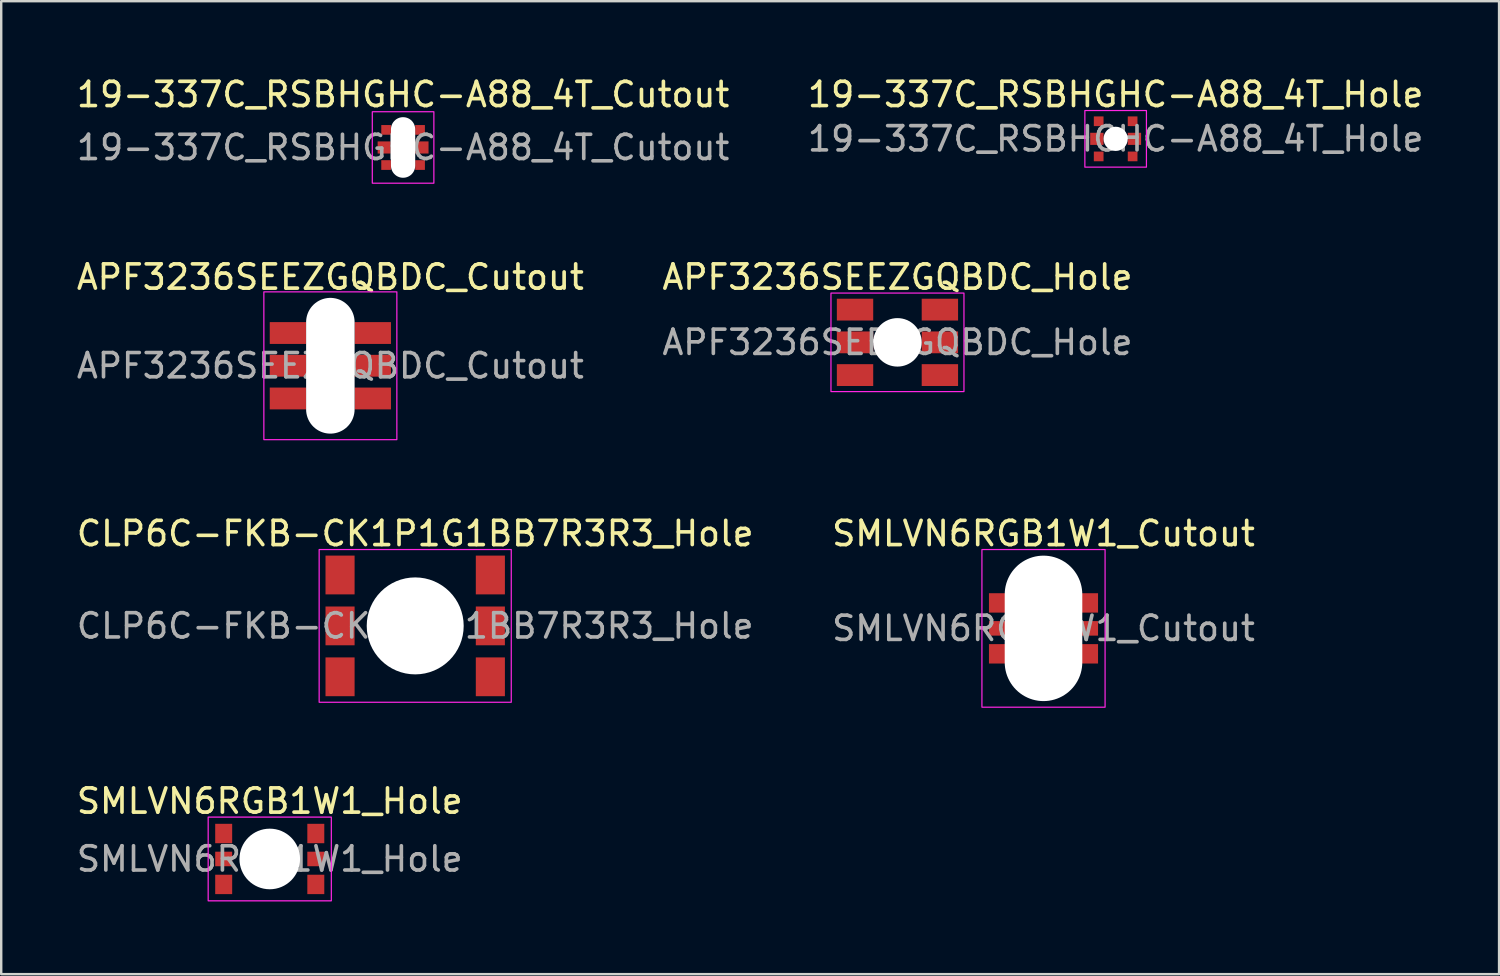
<source format=kicad_pcb>
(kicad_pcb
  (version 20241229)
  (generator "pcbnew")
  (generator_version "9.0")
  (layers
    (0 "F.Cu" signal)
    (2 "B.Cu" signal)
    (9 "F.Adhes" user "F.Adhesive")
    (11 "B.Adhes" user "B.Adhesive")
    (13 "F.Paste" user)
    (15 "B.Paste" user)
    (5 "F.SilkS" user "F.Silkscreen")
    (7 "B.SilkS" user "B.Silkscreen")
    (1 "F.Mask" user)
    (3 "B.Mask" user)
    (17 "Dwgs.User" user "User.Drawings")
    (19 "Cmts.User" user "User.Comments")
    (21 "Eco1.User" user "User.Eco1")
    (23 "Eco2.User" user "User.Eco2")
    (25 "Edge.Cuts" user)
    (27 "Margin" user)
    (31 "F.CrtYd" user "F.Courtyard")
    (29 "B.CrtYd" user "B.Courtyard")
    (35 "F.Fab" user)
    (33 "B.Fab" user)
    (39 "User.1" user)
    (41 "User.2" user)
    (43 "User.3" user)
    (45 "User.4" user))
  (footprint "SMLVN6RGB1W1‎_Hole"
    (layer "F.Cu")
    (at 8.077 32.382)
    (property "Reference" "SMLVN6RGB1W1‎_Hole" (at 0 -2.388 0) (unlocked yes) (layer "F.SilkS") (effects (font (size 1 1) (thickness 0.15))))
    (attr smd)
    (fp_rect (start -2.54 -1.727) (end 2.54 1.727) (stroke (width 0.05) (type solid)) (fill no) (layer "F.CrtYd"))
    (fp_text user "${REFERENCE}" (at 0 0 0) (unlocked yes) (layer "F.Fab") (effects (font (size 1 1) (thickness 0.15))))
    (pad "" np_thru_hole circle (at 0 0) (size 2.5 2.5) (drill 2.5) (layers "*.Cu" "*.Mask"))
    (pad "1" smd rect (at 1.9 -1.05) (size 0.7 0.8) (layers "F.Cu" "F.Mask" "F.Paste"))
    (pad "2" smd rect (at 1.9 0) (size 0.7 0.6) (layers "F.Cu" "F.Mask" "F.Paste"))
    (pad "3" smd rect (at 1.9 1.05) (size 0.7 0.8) (layers "F.Cu" "F.Mask" "F.Paste"))
    (pad "4" smd rect (at -1.9 1.05) (size 0.7 0.8) (layers "F.Cu" "F.Mask" "F.Paste"))
    (pad "5" smd rect (at -1.9 0) (size 0.7 0.6) (layers "F.Cu" "F.Mask" "F.Paste"))
    (pad "6" smd rect (at -1.9 -1.05) (size 0.7 0.8) (layers "F.Cu" "F.Mask" "F.Paste")))
  (footprint "19-337C_RSBHGHC-A88_4T_Hole"
    (layer "F.Cu")
    (at 42.97 2.677)
    (property "Reference" "19-337C_RSBHGHC-A88_4T_Hole" (at 0 -1.829 0) (unlocked yes) (layer "F.SilkS") (effects (font (size 1 1) (thickness 0.15))))
    (attr smd)
    (fp_rect (start -1.27 -1.168) (end 1.27 1.168) (stroke (width 0.05) (type solid)) (fill no) (layer "F.CrtYd"))
    (fp_text user "${REFERENCE}" (at 0 0 0) (unlocked yes) (layer "F.Fab") (effects (font (size 1 1) (thickness 0.15))))
    (pad "" np_thru_hole circle (at 0 0) (size 1 1) (drill 1) (layers "*.Cu" "*.Mask"))
    (pad "1" smd rect (at -0.7 -0.725) (size 0.4 0.4) (layers "F.Cu" "F.Mask" "F.Paste"))
    (pad "2" smd rect (at 0.7 -0.725) (size 0.4 0.4) (layers "F.Cu" "F.Mask" "F.Paste"))
    (pad "3" smd rect (at -0.775 0) (size 0.55 0.5) (layers "F.Cu" "F.Mask" "F.Paste"))
    (pad "4" smd rect (at 0.775 0) (size 0.55 0.5) (layers "F.Cu" "F.Mask" "F.Paste"))
    (pad "5" smd rect (at -0.7 0.725) (size 0.4 0.4) (layers "F.Cu" "F.Mask" "F.Paste"))
    (pad "6" smd rect (at 0.7 0.725) (size 0.4 0.4) (layers "F.Cu" "F.Mask" "F.Paste")))
  (footprint "SMLVN6RGB1W1‎_Cutout"
    (layer "F.Cu")
    (at 39.994 22.87)
    (property "Reference" "SMLVN6RGB1W1‎_Cutout" (at 0 -3.912 0) (unlocked yes) (layer "F.SilkS") (effects (font (size 1 1) (thickness 0.15))))
    (attr smd)
    (fp_rect (start -2.54 -3.251) (end 2.54 3.251) (stroke (width 0.05) (type solid)) (fill no) (layer "F.CrtYd"))
    (fp_text user "${REFERENCE}" (at 0 0 0) (unlocked yes) (layer "F.Fab") (effects (font (size 1 1) (thickness 0.15))))
    (pad "" np_thru_hole oval (at 0 0) (size 3.2 6) (drill oval 3.2 6) (layers "*.Cu" "*.Mask"))
    (pad "1" smd rect (at 1.9 -1.05) (size 0.7 0.8) (layers "F.Cu" "F.Mask" "F.Paste"))
    (pad "2" smd rect (at 1.9 0) (size 0.7 0.6) (layers "F.Cu" "F.Mask" "F.Paste"))
    (pad "3" smd rect (at 1.9 1.05) (size 0.7 0.8) (layers "F.Cu" "F.Mask" "F.Paste"))
    (pad "4" smd rect (at -1.9 1.05) (size 0.7 0.8) (layers "F.Cu" "F.Mask" "F.Paste"))
    (pad "5" smd rect (at -1.9 0) (size 0.7 0.6) (layers "F.Cu" "F.Mask" "F.Paste"))
    (pad "6" smd rect (at -1.9 -1.05) (size 0.7 0.8) (layers "F.Cu" "F.Mask" "F.Paste")))
  (footprint "CLP6C-FKB-CK1P1G1BB7R3R3_Hole"
    (layer "F.Cu")
    (at 14.077 22.768)
    (property "Reference" "CLP6C-FKB-CK1P1G1BB7R3R3_Hole" (at 0 -3.81 0) (unlocked yes) (layer "F.SilkS") (effects (font (size 1 1) (thickness 0.15))))
    (attr smd)
    (fp_rect (start -3.962 -3.15) (end 3.962 3.15) (stroke (width 0.05) (type solid)) (fill no) (layer "F.CrtYd"))
    (fp_text user "${REFERENCE}" (at 0 0 0) (unlocked yes) (layer "F.Fab") (effects (font (size 1 1) (thickness 0.15))))
    (pad "" np_thru_hole circle (at 0 0) (size 4 4) (drill 4) (layers "*.Cu" "*.Mask"))
    (pad "1" smd rect (at 3.1 -2.1) (size 1.2 1.6) (layers "F.Cu" "F.Mask" "F.Paste"))
    (pad "2" smd rect (at 3.1 0) (size 1.2 1.6) (layers "F.Cu" "F.Mask" "F.Paste"))
    (pad "3" smd rect (at 3.1 2.1) (size 1.2 1.6) (layers "F.Cu" "F.Mask" "F.Paste"))
    (pad "4" smd rect (at -3.1 2.1) (size 1.2 1.6) (layers "F.Cu" "F.Mask" "F.Paste"))
    (pad "5" smd rect (at -3.1 0) (size 1.2 1.6) (layers "F.Cu" "F.Mask" "F.Paste"))
    (pad "6" smd rect (at -3.1 -2.1) (size 1.2 1.6) (layers "F.Cu" "F.Mask" "F.Paste")))
  (footprint "APF3236SEEZGQBDC_Cutout"
    (layer "F.Cu")
    (at 10.577 12.037)
    (property "Reference" "APF3236SEEZGQBDC_Cutout" (at 0 -3.658 0) (unlocked yes) (layer "F.SilkS") (effects (font (size 1 1) (thickness 0.15))))
    (attr smd)
    (fp_rect (start -2.743 -3.048) (end 2.743 3.048) (stroke (width 0.05) (type solid)) (fill no) (layer "F.CrtYd"))
    (fp_text user "${REFERENCE}" (at 0 0 0) (unlocked yes) (layer "F.Fab") (effects (font (size 1 1) (thickness 0.15))))
    (pad "" np_thru_hole oval (at 0 0) (size 2 5.6) (drill oval 2 5.6) (layers "*.Cu" "*.Mask"))
    (pad "1" smd rect (at 1.75 -1.35) (size 1.5 0.9) (layers "F.Cu" "F.Mask" "F.Paste"))
    (pad "2" smd rect (at 1.75 0) (size 1.5 0.9) (layers "F.Cu" "F.Mask" "F.Paste"))
    (pad "3" smd rect (at 1.75 1.35) (size 1.5 0.9) (layers "F.Cu" "F.Mask" "F.Paste"))
    (pad "4" smd rect (at -1.75 -1.35) (size 1.5 0.9) (layers "F.Cu" "F.Mask" "F.Paste"))
    (pad "5" smd rect (at -1.75 0) (size 1.5 0.9) (layers "F.Cu" "F.Mask" "F.Paste"))
    (pad "6" smd rect (at -1.75 1.35) (size 1.5 0.9) (layers "F.Cu" "F.Mask" "F.Paste")))
  (footprint "APF3236SEEZGQBDC_Hole"
    (layer "F.Cu")
    (at 33.97 11.072)
    (property "Reference" "APF3236SEEZGQBDC_Hole" (at 0 -2.692 0) (unlocked yes) (layer "F.SilkS") (effects (font (size 1 1) (thickness 0.15))))
    (attr smd)
    (fp_rect (start -2.743 -2.032) (end 2.743 2.032) (stroke (width 0.05) (type solid)) (fill no) (layer "F.CrtYd"))
    (fp_text user "${REFERENCE}" (at 0 0 0) (unlocked yes) (layer "F.Fab") (effects (font (size 1 1) (thickness 0.15))))
    (pad "" np_thru_hole circle (at 0 0) (size 2 2) (drill 2) (layers "*.Cu" "*.Mask"))
    (pad "1" smd rect (at 1.75 -1.35) (size 1.5 0.9) (layers "F.Cu" "F.Mask" "F.Paste"))
    (pad "2" smd rect (at 1.75 0) (size 1.5 0.9) (layers "F.Cu" "F.Mask" "F.Paste"))
    (pad "3" smd rect (at 1.75 1.35) (size 1.5 0.9) (layers "F.Cu" "F.Mask" "F.Paste"))
    (pad "4" smd rect (at -1.75 -1.35) (size 1.5 0.9) (layers "F.Cu" "F.Mask" "F.Paste"))
    (pad "5" smd rect (at -1.75 0) (size 1.5 0.9) (layers "F.Cu" "F.Mask" "F.Paste"))
    (pad "6" smd rect (at -1.75 1.35) (size 1.5 0.9) (layers "F.Cu" "F.Mask" "F.Paste")))
  (footprint "19-337C_RSBHGHC-A88_4T_Cutout"
    (layer "F.Cu")
    (at 13.577 3.033)
    (property "Reference" "19-337C_RSBHGHC-A88_4T_Cutout" (at 0 -2.184 0) (unlocked yes) (layer "F.SilkS") (effects (font (size 1 1) (thickness 0.15))))
    (attr smd)
    (fp_rect (start -1.27 -1.473) (end 1.27 1.473) (stroke (width 0.05) (type solid)) (fill no) (layer "F.CrtYd"))
    (fp_text user "${REFERENCE}" (at 0 0 0) (unlocked yes) (layer "F.Fab") (effects (font (size 1 1) (thickness 0.15))))
    (pad "" np_thru_hole oval (at 0 0) (size 1 2.5) (drill oval 1 2.5) (layers "*.Cu" "*.Mask"))
    (pad "1" smd rect (at -0.7 -0.725) (size 0.4 0.4) (layers "F.Cu" "F.Mask" "F.Paste"))
    (pad "2" smd rect (at 0.7 -0.725) (size 0.4 0.4) (layers "F.Cu" "F.Mask" "F.Paste"))
    (pad "3" smd rect (at -0.775 0) (size 0.55 0.5) (layers "F.Cu" "F.Mask" "F.Paste"))
    (pad "4" smd rect (at 0.775 0) (size 0.55 0.5) (layers "F.Cu" "F.Mask" "F.Paste"))
    (pad "5" smd rect (at -0.7 0.725) (size 0.4 0.4) (layers "F.Cu" "F.Mask" "F.Paste"))
    (pad "6" smd rect (at 0.7 0.725) (size 0.4 0.4) (layers "F.Cu" "F.Mask" "F.Paste")))
  (gr_rect
    (start -3 -3)
    (end 58.786 37.134)
    (stroke (width 0.1) (type default))
    (fill no)
    (layer "Edge.Cuts")))
</source>
